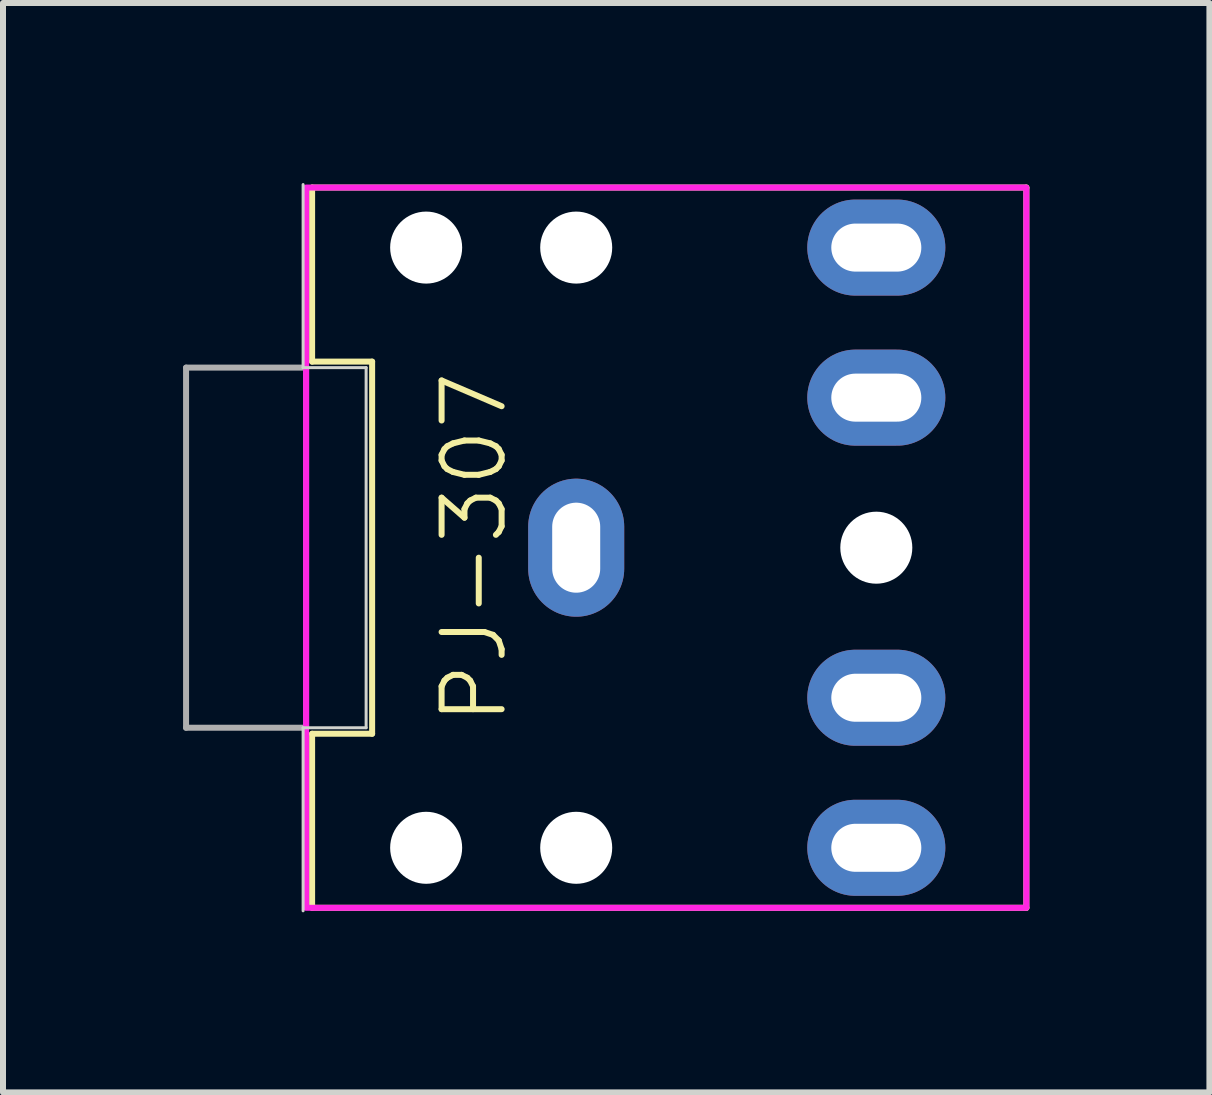
<source format=kicad_pcb>
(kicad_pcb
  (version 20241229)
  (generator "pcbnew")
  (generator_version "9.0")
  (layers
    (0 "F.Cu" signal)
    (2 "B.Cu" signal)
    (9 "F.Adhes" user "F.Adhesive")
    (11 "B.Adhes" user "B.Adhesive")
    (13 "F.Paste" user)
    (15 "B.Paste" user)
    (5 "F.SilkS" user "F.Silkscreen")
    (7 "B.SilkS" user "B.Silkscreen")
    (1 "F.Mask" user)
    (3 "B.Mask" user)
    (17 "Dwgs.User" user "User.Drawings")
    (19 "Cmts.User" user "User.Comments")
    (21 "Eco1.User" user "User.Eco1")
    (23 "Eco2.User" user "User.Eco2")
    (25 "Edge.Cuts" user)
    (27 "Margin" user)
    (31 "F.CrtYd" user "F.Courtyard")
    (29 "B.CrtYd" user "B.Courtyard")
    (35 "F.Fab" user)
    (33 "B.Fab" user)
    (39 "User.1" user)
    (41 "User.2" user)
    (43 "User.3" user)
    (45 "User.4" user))
  (footprint "PJ-307"
    (layer "F.Cu")
    (at 6.55 6.075)
    (property "Reference" "PJ-307" (at -1.7 0 90) (unlocked yes) (layer "F.SilkS") (effects (font (size 1 1) (thickness 0.1))))
    (attr smd)
    (fp_line (start -4.4 -6) (end -4.4 -3.1) (stroke (width 0.1) (type solid)) (layer "F.SilkS"))
    (fp_line (start -4.4 -6) (end 7.5 -6) (stroke (width 0.1) (type default)) (layer "F.SilkS"))
    (fp_line (start -4.4 -3.1) (end -3.4 -3.1) (stroke (width 0.1) (type solid)) (layer "F.SilkS"))
    (fp_line (start -4.4 3.1) (end -3.4 3.1) (stroke (width 0.1) (type solid)) (layer "F.SilkS"))
    (fp_line (start -4.4 6) (end -4.4 3.1) (stroke (width 0.1) (type solid)) (layer "F.SilkS"))
    (fp_line (start -3.4 -3.1) (end -3.4 3.1) (stroke (width 0.1) (type solid)) (layer "F.SilkS"))
    (fp_line (start 7.5 -6) (end 7.5 6) (stroke (width 0.1) (type default)) (layer "F.SilkS"))
    (fp_line (start 7.5 6) (end -4.4 6) (stroke (width 0.1) (type default)) (layer "F.SilkS"))
    (fp_line (start -4.55 -3) (end -4.55 -6.05) (stroke (width 0.05) (type solid)) (layer "Edge.Cuts"))
    (fp_line (start -4.55 -3) (end -3.5 -3) (stroke (width 0.05) (type solid)) (layer "Edge.Cuts"))
    (fp_line (start -4.55 3) (end -3.5 3) (stroke (width 0.05) (type solid)) (layer "Edge.Cuts"))
    (fp_line (start -4.55 6.05) (end -4.55 3) (stroke (width 0.05) (type solid)) (layer "Edge.Cuts"))
    (fp_line (start -3.5 3) (end -3.5 -3) (stroke (width 0.05) (type solid)) (layer "Edge.Cuts"))
    (fp_rect (start -4.5 -6) (end 7.5 6) (stroke (width 0.1) (type solid)) (fill no) (layer "F.CrtYd"))
    (fp_line (start -6.5 -3) (end -4.5 -3) (stroke (width 0.1) (type default)) (layer "F.Fab"))
    (fp_line (start -6.5 3) (end -6.5 -3) (stroke (width 0.1) (type default)) (layer "F.Fab"))
    (fp_line (start -4.5 -3) (end -4.5 3) (stroke (width 0.1) (type default)) (layer "F.Fab"))
    (fp_line (start -4.5 3) (end -6.5 3) (stroke (width 0.1) (type default)) (layer "F.Fab"))
    (pad "" np_thru_hole circle (at -2.5 -5 90) (size 1.2 1.2) (drill 1.2) (layers "*.Cu" "*.Mask"))
    (pad "" np_thru_hole circle (at -2.5 5 90) (size 1.2 1.2) (drill 1.2) (layers "*.Cu" "*.Mask"))
    (pad "" np_thru_hole circle (at 0 -5 90) (size 1.2 1.2) (drill 1.2) (layers "*.Cu" "*.Mask"))
    (pad "" np_thru_hole circle (at 0 5 90) (size 1.2 1.2) (drill 1.2) (layers "*.Cu" "*.Mask"))
    (pad "" np_thru_hole circle (at 5 0 90) (size 1.2 1.2) (drill 1.2) (layers "*.Cu" "*.Mask"))
    (pad "R" thru_hole oval (at 5 -5 180) (size 2.3 1.6) (drill oval 1.5 0.8) (layers "*.Cu" "*.Mask"))
    (pad "RN" thru_hole oval (at 5 -2.5 180) (size 2.3 1.6) (drill oval 1.5 0.8) (layers "*.Cu" "*.Mask"))
    (pad "S" thru_hole oval (at 0 0 90) (size 2.3 1.6) (drill oval 1.5 0.8) (layers "*.Cu" "*.Mask"))
    (pad "T" thru_hole oval (at 5 5 180) (size 2.3 1.6) (drill oval 1.5 0.8) (layers "*.Cu" "*.Mask"))
    (pad "TN" thru_hole oval (at 5 2.5 180) (size 2.3 1.6) (drill oval 1.5 0.8) (layers "*.Cu" "*.Mask")))
  (gr_rect
    (start -3 -3)
    (end 17.1 15.15)
    (stroke (width 0.1) (type default))
    (fill no)
    (layer "Edge.Cuts")))
</source>
